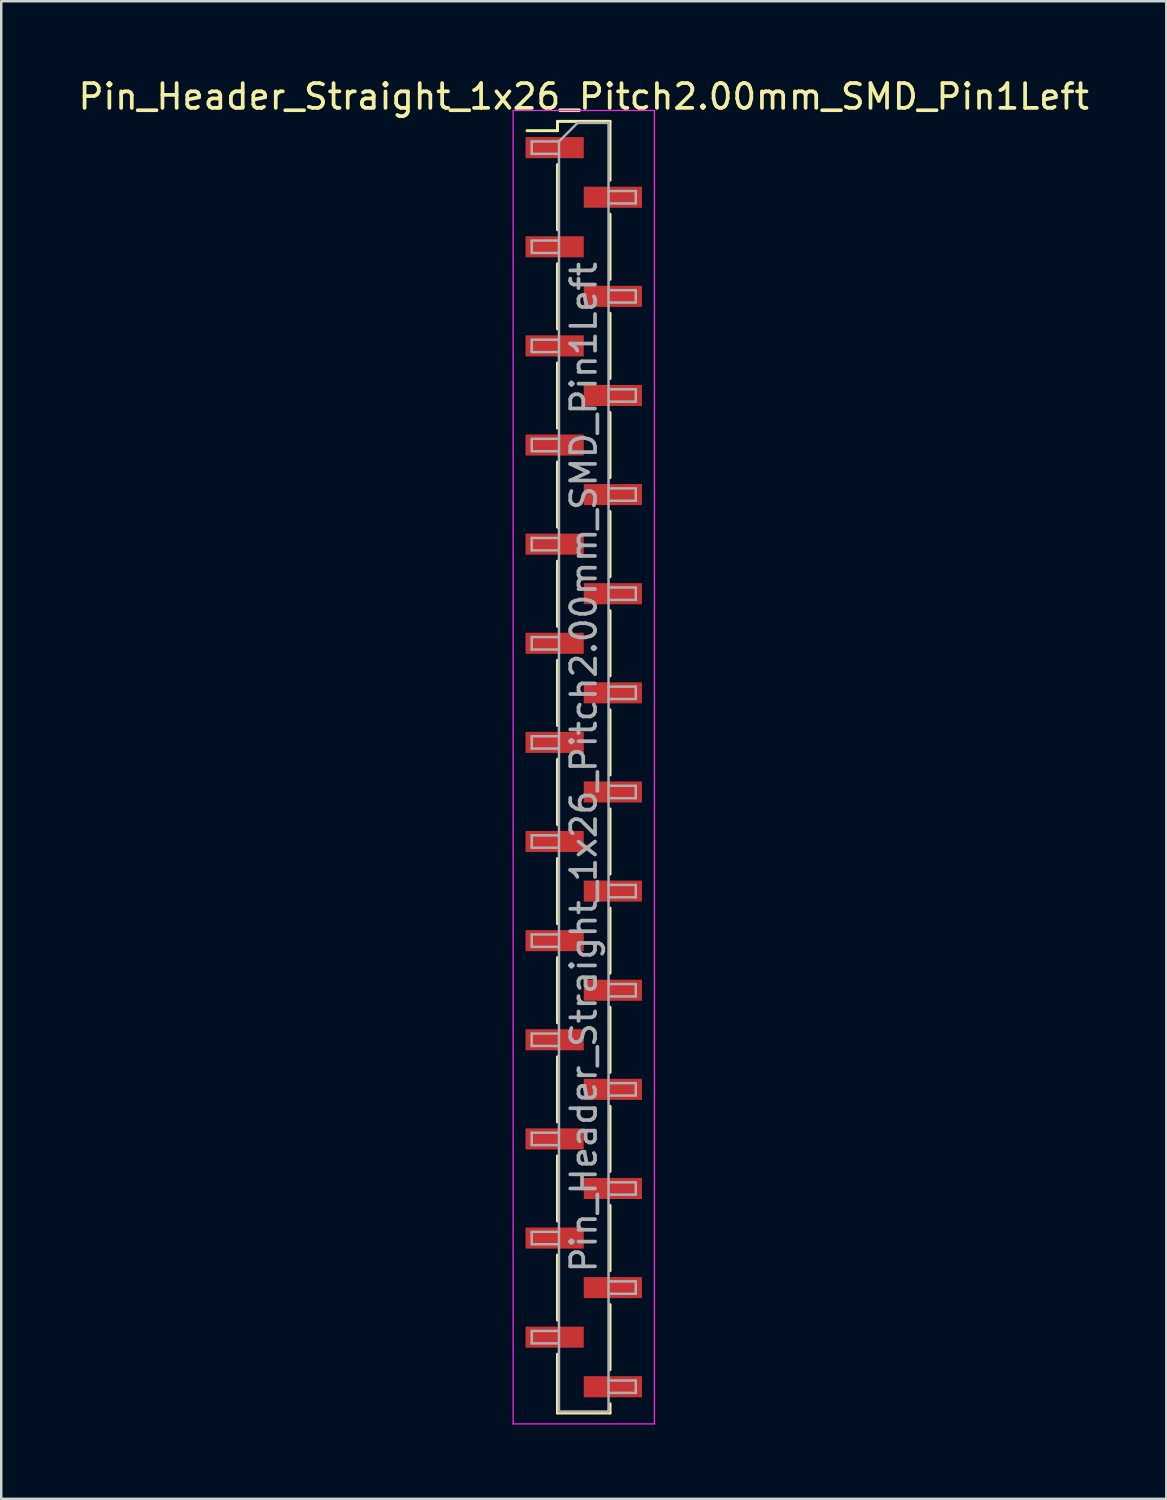
<source format=kicad_pcb>
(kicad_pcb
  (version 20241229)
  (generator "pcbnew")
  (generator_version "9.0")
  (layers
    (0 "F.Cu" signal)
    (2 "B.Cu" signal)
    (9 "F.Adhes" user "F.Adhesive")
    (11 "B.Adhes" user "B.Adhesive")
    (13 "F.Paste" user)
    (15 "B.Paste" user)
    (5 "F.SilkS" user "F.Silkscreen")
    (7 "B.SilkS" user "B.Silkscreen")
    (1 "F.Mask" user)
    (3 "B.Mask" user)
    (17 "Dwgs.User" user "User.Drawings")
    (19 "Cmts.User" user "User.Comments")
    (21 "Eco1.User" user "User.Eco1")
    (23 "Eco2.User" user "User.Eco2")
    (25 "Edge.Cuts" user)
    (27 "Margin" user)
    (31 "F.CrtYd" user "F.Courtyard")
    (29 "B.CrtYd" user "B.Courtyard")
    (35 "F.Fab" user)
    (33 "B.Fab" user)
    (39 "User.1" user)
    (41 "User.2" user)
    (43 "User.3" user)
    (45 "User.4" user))
  (footprint "Pin_Header_Straight_1x26_Pitch2.00mm_SMD_Pin1Left"
    (layer "F.Cu")
    (at 20.506 27.908)
    (property "Reference" "Pin_Header_Straight_1x26_Pitch2.00mm_SMD_Pin1Left" (at 0 -27.06 0) (layer "F.SilkS") (effects (font (size 1 1) (thickness 0.15))))
    (attr smd)
    (fp_line (start -1.06 -26.06) (end -1.06 -25.685) (stroke (width 0.12) (type solid)) (layer "F.SilkS"))
    (fp_line (start -1.06 -26.06) (end 1.06 -26.06) (stroke (width 0.12) (type solid)) (layer "F.SilkS"))
    (fp_line (start -1.06 -25.685) (end -2.29 -25.685) (stroke (width 0.12) (type solid)) (layer "F.SilkS"))
    (fp_line (start -1.06 -24.315) (end -1.06 -21.685) (stroke (width 0.12) (type solid)) (layer "F.SilkS"))
    (fp_line (start -1.06 -20.315) (end -1.06 -17.685) (stroke (width 0.12) (type solid)) (layer "F.SilkS"))
    (fp_line (start -1.06 -16.315) (end -1.06 -13.685) (stroke (width 0.12) (type solid)) (layer "F.SilkS"))
    (fp_line (start -1.06 -12.315) (end -1.06 -9.685) (stroke (width 0.12) (type solid)) (layer "F.SilkS"))
    (fp_line (start -1.06 -8.315) (end -1.06 -5.685) (stroke (width 0.12) (type solid)) (layer "F.SilkS"))
    (fp_line (start -1.06 -4.315) (end -1.06 -1.685) (stroke (width 0.12) (type solid)) (layer "F.SilkS"))
    (fp_line (start -1.06 -0.315) (end -1.06 2.315) (stroke (width 0.12) (type solid)) (layer "F.SilkS"))
    (fp_line (start -1.06 3.685) (end -1.06 6.315) (stroke (width 0.12) (type solid)) (layer "F.SilkS"))
    (fp_line (start -1.06 7.685) (end -1.06 10.315) (stroke (width 0.12) (type solid)) (layer "F.SilkS"))
    (fp_line (start -1.06 11.685) (end -1.06 14.315) (stroke (width 0.12) (type solid)) (layer "F.SilkS"))
    (fp_line (start -1.06 15.685) (end -1.06 18.315) (stroke (width 0.12) (type solid)) (layer "F.SilkS"))
    (fp_line (start -1.06 19.685) (end -1.06 22.315) (stroke (width 0.12) (type solid)) (layer "F.SilkS"))
    (fp_line (start -1.06 23.685) (end -1.06 26.06) (stroke (width 0.12) (type solid)) (layer "F.SilkS"))
    (fp_line (start -1.06 26.06) (end 1.06 26.06) (stroke (width 0.12) (type solid)) (layer "F.SilkS"))
    (fp_line (start 1.06 -26.06) (end 1.06 -23.685) (stroke (width 0.12) (type solid)) (layer "F.SilkS"))
    (fp_line (start 1.06 -22.315) (end 1.06 -19.685) (stroke (width 0.12) (type solid)) (layer "F.SilkS"))
    (fp_line (start 1.06 -18.315) (end 1.06 -15.685) (stroke (width 0.12) (type solid)) (layer "F.SilkS"))
    (fp_line (start 1.06 -14.315) (end 1.06 -11.685) (stroke (width 0.12) (type solid)) (layer "F.SilkS"))
    (fp_line (start 1.06 -10.315) (end 1.06 -7.685) (stroke (width 0.12) (type solid)) (layer "F.SilkS"))
    (fp_line (start 1.06 -6.315) (end 1.06 -3.685) (stroke (width 0.12) (type solid)) (layer "F.SilkS"))
    (fp_line (start 1.06 -2.315) (end 1.06 0.315) (stroke (width 0.12) (type solid)) (layer "F.SilkS"))
    (fp_line (start 1.06 1.685) (end 1.06 4.315) (stroke (width 0.12) (type solid)) (layer "F.SilkS"))
    (fp_line (start 1.06 5.685) (end 1.06 8.315) (stroke (width 0.12) (type solid)) (layer "F.SilkS"))
    (fp_line (start 1.06 9.685) (end 1.06 12.315) (stroke (width 0.12) (type solid)) (layer "F.SilkS"))
    (fp_line (start 1.06 13.685) (end 1.06 16.315) (stroke (width 0.12) (type solid)) (layer "F.SilkS"))
    (fp_line (start 1.06 17.685) (end 1.06 20.315) (stroke (width 0.12) (type solid)) (layer "F.SilkS"))
    (fp_line (start 1.06 21.685) (end 1.06 24.315) (stroke (width 0.12) (type solid)) (layer "F.SilkS"))
    (fp_line (start 1.06 25.685) (end 1.06 26.06) (stroke (width 0.12) (type solid)) (layer "F.SilkS"))
    (fp_line (start -2.85 -26.5) (end -2.85 26.5) (stroke (width 0.05) (type solid)) (layer "F.CrtYd"))
    (fp_line (start -2.85 26.5) (end 2.85 26.5) (stroke (width 0.05) (type solid)) (layer "F.CrtYd"))
    (fp_line (start 2.85 -26.5) (end -2.85 -26.5) (stroke (width 0.05) (type solid)) (layer "F.CrtYd"))
    (fp_line (start 2.85 26.5) (end 2.85 -26.5) (stroke (width 0.05) (type solid)) (layer "F.CrtYd"))
    (fp_line (start -2.1 -25.25) (end -2.1 -24.75) (stroke (width 0.1) (type solid)) (layer "F.Fab"))
    (fp_line (start -2.1 -24.75) (end -1 -24.75) (stroke (width 0.1) (type solid)) (layer "F.Fab"))
    (fp_line (start -2.1 -21.25) (end -2.1 -20.75) (stroke (width 0.1) (type solid)) (layer "F.Fab"))
    (fp_line (start -2.1 -20.75) (end -1 -20.75) (stroke (width 0.1) (type solid)) (layer "F.Fab"))
    (fp_line (start -2.1 -17.25) (end -2.1 -16.75) (stroke (width 0.1) (type solid)) (layer "F.Fab"))
    (fp_line (start -2.1 -16.75) (end -1 -16.75) (stroke (width 0.1) (type solid)) (layer "F.Fab"))
    (fp_line (start -2.1 -13.25) (end -2.1 -12.75) (stroke (width 0.1) (type solid)) (layer "F.Fab"))
    (fp_line (start -2.1 -12.75) (end -1 -12.75) (stroke (width 0.1) (type solid)) (layer "F.Fab"))
    (fp_line (start -2.1 -9.25) (end -2.1 -8.75) (stroke (width 0.1) (type solid)) (layer "F.Fab"))
    (fp_line (start -2.1 -8.75) (end -1 -8.75) (stroke (width 0.1) (type solid)) (layer "F.Fab"))
    (fp_line (start -2.1 -5.25) (end -2.1 -4.75) (stroke (width 0.1) (type solid)) (layer "F.Fab"))
    (fp_line (start -2.1 -4.75) (end -1 -4.75) (stroke (width 0.1) (type solid)) (layer "F.Fab"))
    (fp_line (start -2.1 -1.25) (end -2.1 -0.75) (stroke (width 0.1) (type solid)) (layer "F.Fab"))
    (fp_line (start -2.1 -0.75) (end -1 -0.75) (stroke (width 0.1) (type solid)) (layer "F.Fab"))
    (fp_line (start -2.1 2.75) (end -2.1 3.25) (stroke (width 0.1) (type solid)) (layer "F.Fab"))
    (fp_line (start -2.1 3.25) (end -1 3.25) (stroke (width 0.1) (type solid)) (layer "F.Fab"))
    (fp_line (start -2.1 6.75) (end -2.1 7.25) (stroke (width 0.1) (type solid)) (layer "F.Fab"))
    (fp_line (start -2.1 7.25) (end -1 7.25) (stroke (width 0.1) (type solid)) (layer "F.Fab"))
    (fp_line (start -2.1 10.75) (end -2.1 11.25) (stroke (width 0.1) (type solid)) (layer "F.Fab"))
    (fp_line (start -2.1 11.25) (end -1 11.25) (stroke (width 0.1) (type solid)) (layer "F.Fab"))
    (fp_line (start -2.1 14.75) (end -2.1 15.25) (stroke (width 0.1) (type solid)) (layer "F.Fab"))
    (fp_line (start -2.1 15.25) (end -1 15.25) (stroke (width 0.1) (type solid)) (layer "F.Fab"))
    (fp_line (start -2.1 18.75) (end -2.1 19.25) (stroke (width 0.1) (type solid)) (layer "F.Fab"))
    (fp_line (start -2.1 19.25) (end -1 19.25) (stroke (width 0.1) (type solid)) (layer "F.Fab"))
    (fp_line (start -2.1 22.75) (end -2.1 23.25) (stroke (width 0.1) (type solid)) (layer "F.Fab"))
    (fp_line (start -2.1 23.25) (end -1 23.25) (stroke (width 0.1) (type solid)) (layer "F.Fab"))
    (fp_line (start -1 -25.25) (end -2.1 -25.25) (stroke (width 0.1) (type solid)) (layer "F.Fab"))
    (fp_line (start -1 -25.25) (end -0.25 -26) (stroke (width 0.1) (type solid)) (layer "F.Fab"))
    (fp_line (start -1 -21.25) (end -2.1 -21.25) (stroke (width 0.1) (type solid)) (layer "F.Fab"))
    (fp_line (start -1 -17.25) (end -2.1 -17.25) (stroke (width 0.1) (type solid)) (layer "F.Fab"))
    (fp_line (start -1 -13.25) (end -2.1 -13.25) (stroke (width 0.1) (type solid)) (layer "F.Fab"))
    (fp_line (start -1 -9.25) (end -2.1 -9.25) (stroke (width 0.1) (type solid)) (layer "F.Fab"))
    (fp_line (start -1 -5.25) (end -2.1 -5.25) (stroke (width 0.1) (type solid)) (layer "F.Fab"))
    (fp_line (start -1 -1.25) (end -2.1 -1.25) (stroke (width 0.1) (type solid)) (layer "F.Fab"))
    (fp_line (start -1 2.75) (end -2.1 2.75) (stroke (width 0.1) (type solid)) (layer "F.Fab"))
    (fp_line (start -1 6.75) (end -2.1 6.75) (stroke (width 0.1) (type solid)) (layer "F.Fab"))
    (fp_line (start -1 10.75) (end -2.1 10.75) (stroke (width 0.1) (type solid)) (layer "F.Fab"))
    (fp_line (start -1 14.75) (end -2.1 14.75) (stroke (width 0.1) (type solid)) (layer "F.Fab"))
    (fp_line (start -1 18.75) (end -2.1 18.75) (stroke (width 0.1) (type solid)) (layer "F.Fab"))
    (fp_line (start -1 22.75) (end -2.1 22.75) (stroke (width 0.1) (type solid)) (layer "F.Fab"))
    (fp_line (start -1 26) (end -1 -25.25) (stroke (width 0.1) (type solid)) (layer "F.Fab"))
    (fp_line (start -0.25 -26) (end 1 -26) (stroke (width 0.1) (type solid)) (layer "F.Fab"))
    (fp_line (start 1 -26) (end 1 26) (stroke (width 0.1) (type solid)) (layer "F.Fab"))
    (fp_line (start 1 -23.25) (end 2.1 -23.25) (stroke (width 0.1) (type solid)) (layer "F.Fab"))
    (fp_line (start 1 -19.25) (end 2.1 -19.25) (stroke (width 0.1) (type solid)) (layer "F.Fab"))
    (fp_line (start 1 -15.25) (end 2.1 -15.25) (stroke (width 0.1) (type solid)) (layer "F.Fab"))
    (fp_line (start 1 -11.25) (end 2.1 -11.25) (stroke (width 0.1) (type solid)) (layer "F.Fab"))
    (fp_line (start 1 -7.25) (end 2.1 -7.25) (stroke (width 0.1) (type solid)) (layer "F.Fab"))
    (fp_line (start 1 -3.25) (end 2.1 -3.25) (stroke (width 0.1) (type solid)) (layer "F.Fab"))
    (fp_line (start 1 0.75) (end 2.1 0.75) (stroke (width 0.1) (type solid)) (layer "F.Fab"))
    (fp_line (start 1 4.75) (end 2.1 4.75) (stroke (width 0.1) (type solid)) (layer "F.Fab"))
    (fp_line (start 1 8.75) (end 2.1 8.75) (stroke (width 0.1) (type solid)) (layer "F.Fab"))
    (fp_line (start 1 12.75) (end 2.1 12.75) (stroke (width 0.1) (type solid)) (layer "F.Fab"))
    (fp_line (start 1 16.75) (end 2.1 16.75) (stroke (width 0.1) (type solid)) (layer "F.Fab"))
    (fp_line (start 1 20.75) (end 2.1 20.75) (stroke (width 0.1) (type solid)) (layer "F.Fab"))
    (fp_line (start 1 24.75) (end 2.1 24.75) (stroke (width 0.1) (type solid)) (layer "F.Fab"))
    (fp_line (start 1 26) (end -1 26) (stroke (width 0.1) (type solid)) (layer "F.Fab"))
    (fp_line (start 2.1 -23.25) (end 2.1 -22.75) (stroke (width 0.1) (type solid)) (layer "F.Fab"))
    (fp_line (start 2.1 -22.75) (end 1 -22.75) (stroke (width 0.1) (type solid)) (layer "F.Fab"))
    (fp_line (start 2.1 -19.25) (end 2.1 -18.75) (stroke (width 0.1) (type solid)) (layer "F.Fab"))
    (fp_line (start 2.1 -18.75) (end 1 -18.75) (stroke (width 0.1) (type solid)) (layer "F.Fab"))
    (fp_line (start 2.1 -15.25) (end 2.1 -14.75) (stroke (width 0.1) (type solid)) (layer "F.Fab"))
    (fp_line (start 2.1 -14.75) (end 1 -14.75) (stroke (width 0.1) (type solid)) (layer "F.Fab"))
    (fp_line (start 2.1 -11.25) (end 2.1 -10.75) (stroke (width 0.1) (type solid)) (layer "F.Fab"))
    (fp_line (start 2.1 -10.75) (end 1 -10.75) (stroke (width 0.1) (type solid)) (layer "F.Fab"))
    (fp_line (start 2.1 -7.25) (end 2.1 -6.75) (stroke (width 0.1) (type solid)) (layer "F.Fab"))
    (fp_line (start 2.1 -6.75) (end 1 -6.75) (stroke (width 0.1) (type solid)) (layer "F.Fab"))
    (fp_line (start 2.1 -3.25) (end 2.1 -2.75) (stroke (width 0.1) (type solid)) (layer "F.Fab"))
    (fp_line (start 2.1 -2.75) (end 1 -2.75) (stroke (width 0.1) (type solid)) (layer "F.Fab"))
    (fp_line (start 2.1 0.75) (end 2.1 1.25) (stroke (width 0.1) (type solid)) (layer "F.Fab"))
    (fp_line (start 2.1 1.25) (end 1 1.25) (stroke (width 0.1) (type solid)) (layer "F.Fab"))
    (fp_line (start 2.1 4.75) (end 2.1 5.25) (stroke (width 0.1) (type solid)) (layer "F.Fab"))
    (fp_line (start 2.1 5.25) (end 1 5.25) (stroke (width 0.1) (type solid)) (layer "F.Fab"))
    (fp_line (start 2.1 8.75) (end 2.1 9.25) (stroke (width 0.1) (type solid)) (layer "F.Fab"))
    (fp_line (start 2.1 9.25) (end 1 9.25) (stroke (width 0.1) (type solid)) (layer "F.Fab"))
    (fp_line (start 2.1 12.75) (end 2.1 13.25) (stroke (width 0.1) (type solid)) (layer "F.Fab"))
    (fp_line (start 2.1 13.25) (end 1 13.25) (stroke (width 0.1) (type solid)) (layer "F.Fab"))
    (fp_line (start 2.1 16.75) (end 2.1 17.25) (stroke (width 0.1) (type solid)) (layer "F.Fab"))
    (fp_line (start 2.1 17.25) (end 1 17.25) (stroke (width 0.1) (type solid)) (layer "F.Fab"))
    (fp_line (start 2.1 20.75) (end 2.1 21.25) (stroke (width 0.1) (type solid)) (layer "F.Fab"))
    (fp_line (start 2.1 21.25) (end 1 21.25) (stroke (width 0.1) (type solid)) (layer "F.Fab"))
    (fp_line (start 2.1 24.75) (end 2.1 25.25) (stroke (width 0.1) (type solid)) (layer "F.Fab"))
    (fp_line (start 2.1 25.25) (end 1 25.25) (stroke (width 0.1) (type solid)) (layer "F.Fab"))
    (fp_text user "${REFERENCE}" (at 0 0 90) (layer "F.Fab") (effects (font (size 1 1) (thickness 0.15))))
    (pad "1" smd rect (at -1.175 -25) (size 2.35 0.85) (layers "F.Cu" "F.Mask" "F.Paste"))
    (pad "2" smd rect (at 1.175 -23) (size 2.35 0.85) (layers "F.Cu" "F.Mask" "F.Paste"))
    (pad "3" smd rect (at -1.175 -21) (size 2.35 0.85) (layers "F.Cu" "F.Mask" "F.Paste"))
    (pad "4" smd rect (at 1.175 -19) (size 2.35 0.85) (layers "F.Cu" "F.Mask" "F.Paste"))
    (pad "5" smd rect (at -1.175 -17) (size 2.35 0.85) (layers "F.Cu" "F.Mask" "F.Paste"))
    (pad "6" smd rect (at 1.175 -15) (size 2.35 0.85) (layers "F.Cu" "F.Mask" "F.Paste"))
    (pad "7" smd rect (at -1.175 -13) (size 2.35 0.85) (layers "F.Cu" "F.Mask" "F.Paste"))
    (pad "8" smd rect (at 1.175 -11) (size 2.35 0.85) (layers "F.Cu" "F.Mask" "F.Paste"))
    (pad "9" smd rect (at -1.175 -9) (size 2.35 0.85) (layers "F.Cu" "F.Mask" "F.Paste"))
    (pad "10" smd rect (at 1.175 -7) (size 2.35 0.85) (layers "F.Cu" "F.Mask" "F.Paste"))
    (pad "11" smd rect (at -1.175 -5) (size 2.35 0.85) (layers "F.Cu" "F.Mask" "F.Paste"))
    (pad "12" smd rect (at 1.175 -3) (size 2.35 0.85) (layers "F.Cu" "F.Mask" "F.Paste"))
    (pad "13" smd rect (at -1.175 -1) (size 2.35 0.85) (layers "F.Cu" "F.Mask" "F.Paste"))
    (pad "14" smd rect (at 1.175 1) (size 2.35 0.85) (layers "F.Cu" "F.Mask" "F.Paste"))
    (pad "15" smd rect (at -1.175 3) (size 2.35 0.85) (layers "F.Cu" "F.Mask" "F.Paste"))
    (pad "16" smd rect (at 1.175 5) (size 2.35 0.85) (layers "F.Cu" "F.Mask" "F.Paste"))
    (pad "17" smd rect (at -1.175 7) (size 2.35 0.85) (layers "F.Cu" "F.Mask" "F.Paste"))
    (pad "18" smd rect (at 1.175 9) (size 2.35 0.85) (layers "F.Cu" "F.Mask" "F.Paste"))
    (pad "19" smd rect (at -1.175 11) (size 2.35 0.85) (layers "F.Cu" "F.Mask" "F.Paste"))
    (pad "20" smd rect (at 1.175 13) (size 2.35 0.85) (layers "F.Cu" "F.Mask" "F.Paste"))
    (pad "21" smd rect (at -1.175 15) (size 2.35 0.85) (layers "F.Cu" "F.Mask" "F.Paste"))
    (pad "22" smd rect (at 1.175 17) (size 2.35 0.85) (layers "F.Cu" "F.Mask" "F.Paste"))
    (pad "23" smd rect (at -1.175 19) (size 2.35 0.85) (layers "F.Cu" "F.Mask" "F.Paste"))
    (pad "24" smd rect (at 1.175 21) (size 2.35 0.85) (layers "F.Cu" "F.Mask" "F.Paste"))
    (pad "25" smd rect (at -1.175 23) (size 2.35 0.85) (layers "F.Cu" "F.Mask" "F.Paste"))
    (pad "26" smd rect (at 1.175 25) (size 2.35 0.85) (layers "F.Cu" "F.Mask" "F.Paste")))
  (gr_rect
    (start -3 -3)
    (end 44.012 57.433)
    (stroke (width 0.1) (type default))
    (fill no)
    (layer "Edge.Cuts")))
</source>
